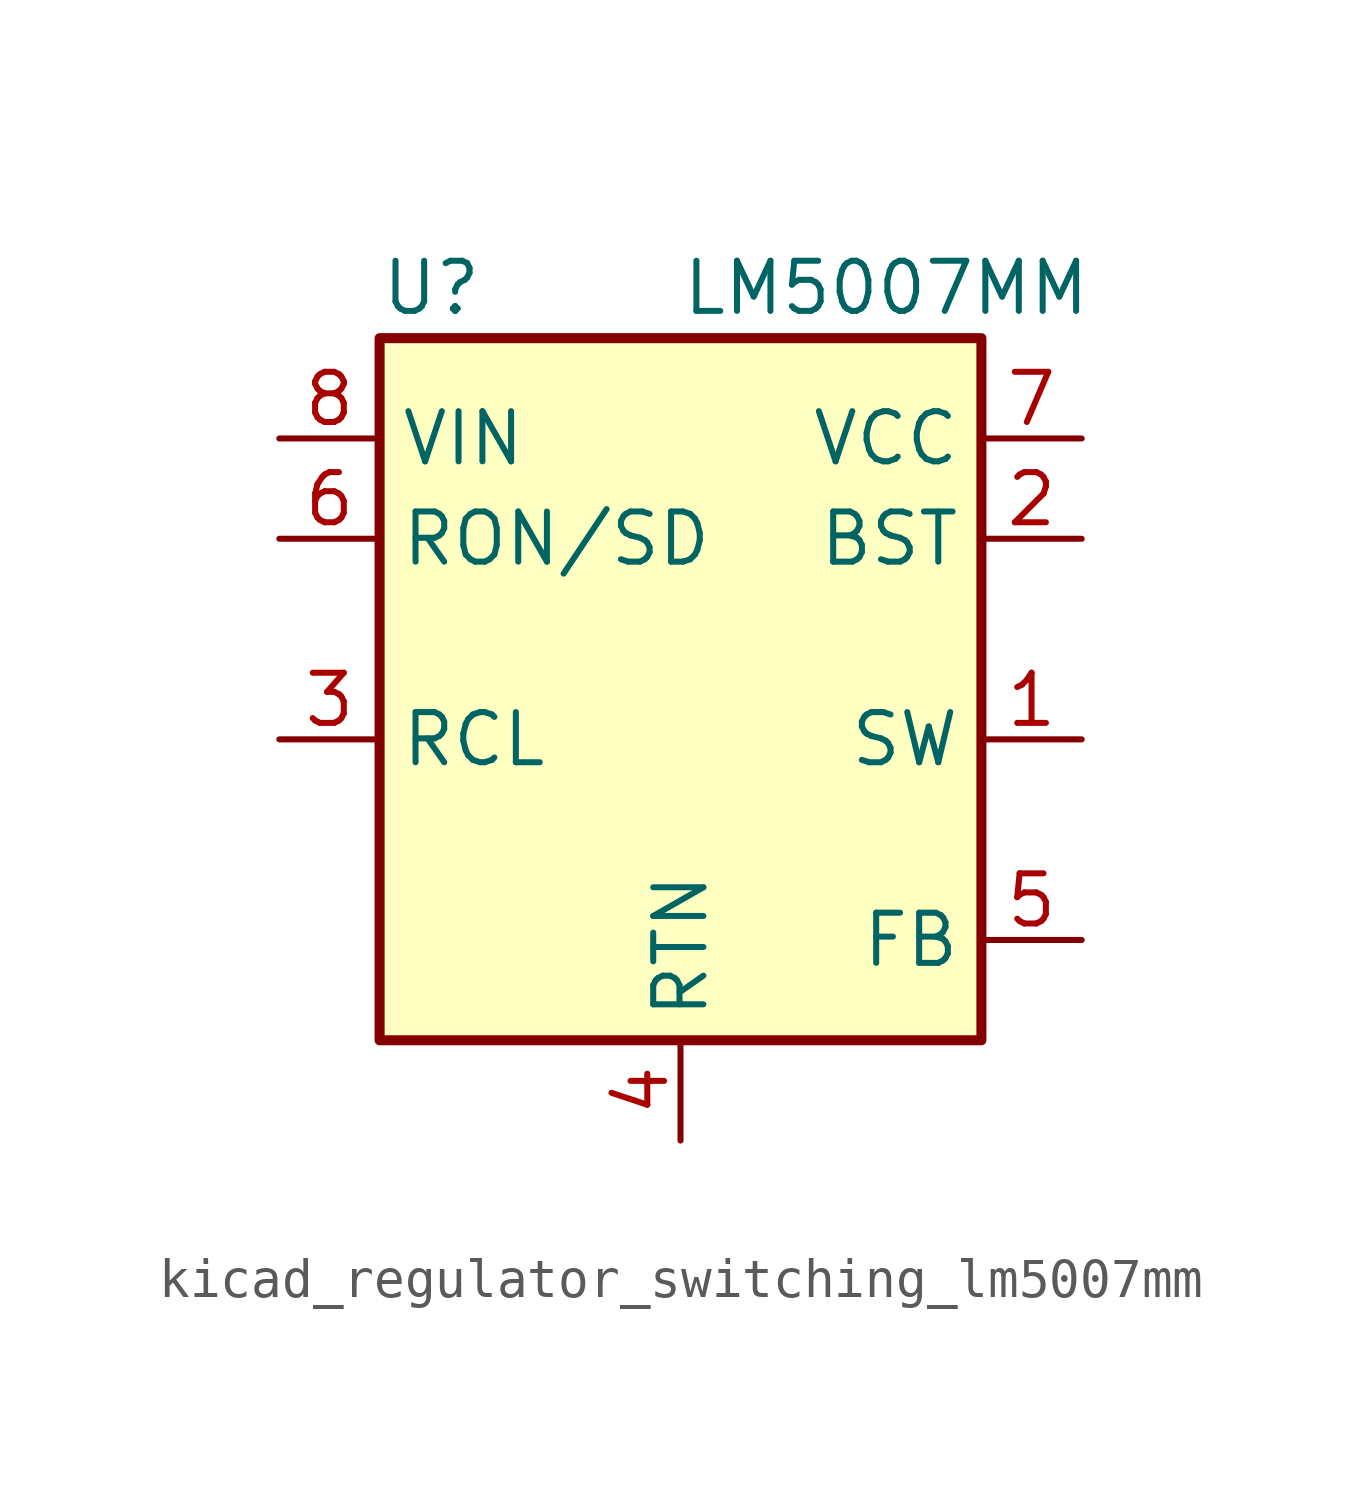
<source format=kicad_sym>
(kicad_symbol_lib
  (version 20220914)
  (generator kicad_symbol_editor)
  (symbol "kicad_regulator_switching_lm5007mm"
    (property "Reference" "U"
      (at -7.62 8.89 0)
      (effects (font (size 1.27 1.27)) (justify left)))
    (property "Value" "LM5007MM"
      (at 0 8.89 0)
      (effects (font (size 1.27 1.27)) (justify left)))
    (symbol "kicad_regulator_switching_lm5007mm_0_1"
      (rectangle (start -7.62 7.62) (end 7.62 -10.16) (stroke (width 0.254) (type default)) (fill (type background))))
    (symbol "kicad_regulator_switching_lm5007mm_1_1"
      (pin output line (at 10.16 -2.54 180) (length 2.54) (name "SW" (effects (font (size 1.27 1.27)))) (number "1" (effects (font (size 1.27 1.27)))))
      (pin input line (at 10.16 2.54 180) (length 2.54) (name "BST" (effects (font (size 1.27 1.27)))) (number "2" (effects (font (size 1.27 1.27)))))
      (pin input line (at -10.16 -2.54 0) (length 2.54) (name "RCL" (effects (font (size 1.27 1.27)))) (number "3" (effects (font (size 1.27 1.27)))))
      (pin power_in line (at 0 -12.7 90) (length 2.54) (name "RTN" (effects (font (size 1.27 1.27)))) (number "4" (effects (font (size 1.27 1.27)))))
      (pin input line (at 10.16 -7.62 180) (length 2.54) (name "FB" (effects (font (size 1.27 1.27)))) (number "5" (effects (font (size 1.27 1.27)))))
      (pin input line (at -10.16 2.54 0) (length 2.54) (name "RON/SD" (effects (font (size 1.27 1.27)))) (number "6" (effects (font (size 1.27 1.27)))))
      (pin output line (at 10.16 5.08 180) (length 2.54) (name "VCC" (effects (font (size 1.27 1.27)))) (number "7" (effects (font (size 1.27 1.27)))))
      (pin power_in line (at -10.16 5.08 0) (length 2.54) (name "VIN" (effects (font (size 1.27 1.27)))) (number "8" (effects (font (size 1.27 1.27))))))))
</source>
